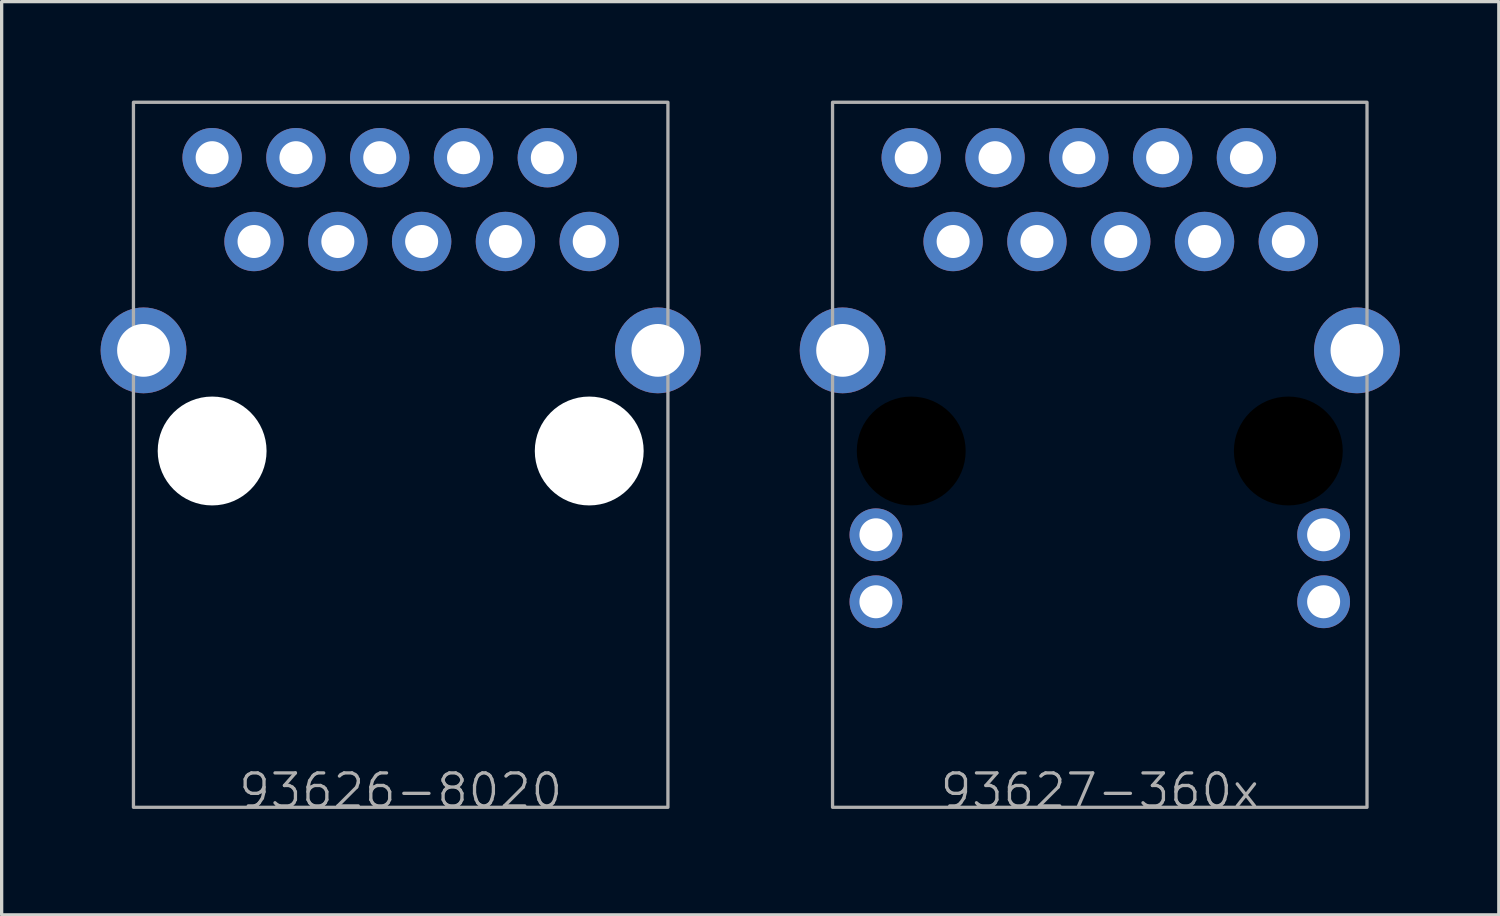
<source format=kicad_pcb>
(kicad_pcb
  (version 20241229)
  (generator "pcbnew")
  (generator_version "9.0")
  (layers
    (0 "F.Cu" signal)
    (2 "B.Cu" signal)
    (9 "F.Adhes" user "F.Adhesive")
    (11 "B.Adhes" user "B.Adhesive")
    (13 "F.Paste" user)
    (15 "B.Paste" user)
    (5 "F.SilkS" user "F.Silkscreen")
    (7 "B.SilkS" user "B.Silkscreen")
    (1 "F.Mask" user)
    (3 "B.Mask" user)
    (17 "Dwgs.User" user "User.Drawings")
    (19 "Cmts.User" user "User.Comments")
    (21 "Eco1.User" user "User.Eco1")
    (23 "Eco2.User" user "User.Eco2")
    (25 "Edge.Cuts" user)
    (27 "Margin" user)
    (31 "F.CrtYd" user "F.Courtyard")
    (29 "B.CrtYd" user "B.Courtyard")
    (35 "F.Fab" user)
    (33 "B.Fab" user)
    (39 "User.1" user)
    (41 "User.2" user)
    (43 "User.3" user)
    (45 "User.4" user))
  (footprint "93626-8020"
    (layer "F.Cu")
    (at 9.095 21.42)
    (property "Reference" "93626-8020" (at 0 -0.5 0) (unlocked yes) (layer "F.Fab") (effects (font (size 1 1) (thickness 0.1))))
    (attr through_hole)
    (fp_rect (start -8.1 0) (end 8.1 -21.37) (stroke (width 0.1) (type default)) (fill no) (layer "F.Fab"))
    (pad "" np_thru_hole circle (at -5.715 -10.8) (size 3.3 3.3) (drill 3.3) (layers "*.Cu" "*.Mask"))
    (pad "" np_thru_hole circle (at 5.715 -10.8) (size 3.3 3.3) (drill 3.3) (layers "*.Cu" "*.Mask"))
    (pad "1" thru_hole circle (at -5.715 -19.69) (size 1.8 1.8) (drill 1) (layers "*.Cu" "*.Mask"))
    (pad "2" thru_hole circle (at -4.445 -17.15) (size 1.8 1.8) (drill 1) (layers "*.Cu" "*.Mask"))
    (pad "3" thru_hole circle (at -3.175 -19.69) (size 1.8 1.8) (drill 1) (layers "*.Cu" "*.Mask"))
    (pad "4" thru_hole circle (at -1.905 -17.15) (size 1.8 1.8) (drill 1) (layers "*.Cu" "*.Mask"))
    (pad "5" thru_hole circle (at -0.635 -19.69) (size 1.8 1.8) (drill 1) (layers "*.Cu" "*.Mask"))
    (pad "6" thru_hole circle (at 0.635 -17.15) (size 1.8 1.8) (drill 1) (layers "*.Cu" "*.Mask"))
    (pad "7" thru_hole circle (at 1.905 -19.69) (size 1.8 1.8) (drill 1) (layers "*.Cu" "*.Mask"))
    (pad "8" thru_hole circle (at 3.175 -17.15) (size 1.8 1.8) (drill 1) (layers "*.Cu" "*.Mask"))
    (pad "9" thru_hole circle (at 4.445 -19.69) (size 1.8 1.8) (drill 1) (layers "*.Cu" "*.Mask"))
    (pad "10" thru_hole circle (at 5.715 -17.15) (size 1.8 1.8) (drill 1) (layers "*.Cu" "*.Mask"))
    (pad "11" thru_hole circle (at -7.795 -13.85) (size 2.6 2.6) (drill 1.6) (layers "*.Cu" "*.Mask"))
    (pad "11" thru_hole circle (at 7.795 -13.85) (size 2.6 2.6) (drill 1.6) (layers "*.Cu" "*.Mask")))
  (footprint "93627-360x"
    (layer "F.Cu")
    (at 30.285 21.42)
    (property "Reference" "93627-360x" (at 0 -0.5 0) (unlocked yes) (layer "F.Fab") (effects (font (size 1 1) (thickness 0.1))))
    (attr through_hole)
    (fp_rect (start -8.1 0) (end 8.1 -21.37) (stroke (width 0.1) (type default)) (fill no) (layer "F.Fab"))
    (pad "" np_thru_hole circle (at -5.715 -10.8) (size 3.3 3.3) (drill 3.3) (layers "*.Mask"))
    (pad "" np_thru_hole circle (at 5.715 -10.8) (size 3.3 3.3) (drill 3.3) (layers "*.Mask"))
    (pad "1" thru_hole circle (at -5.715 -19.69) (size 1.8 1.8) (drill 1) (layers "*.Cu" "*.Mask"))
    (pad "2" thru_hole circle (at -4.445 -17.15) (size 1.8 1.8) (drill 1) (layers "*.Cu" "*.Mask"))
    (pad "3" thru_hole circle (at -3.175 -19.69) (size 1.8 1.8) (drill 1) (layers "*.Cu" "*.Mask"))
    (pad "4" thru_hole circle (at -1.905 -17.15) (size 1.8 1.8) (drill 1) (layers "*.Cu" "*.Mask"))
    (pad "5" thru_hole circle (at -0.635 -19.69) (size 1.8 1.8) (drill 1) (layers "*.Cu" "*.Mask"))
    (pad "6" thru_hole circle (at 0.635 -17.15) (size 1.8 1.8) (drill 1) (layers "*.Cu" "*.Mask"))
    (pad "7" thru_hole circle (at 1.905 -19.69) (size 1.8 1.8) (drill 1) (layers "*.Cu" "*.Mask"))
    (pad "8" thru_hole circle (at 3.175 -17.15) (size 1.8 1.8) (drill 1) (layers "*.Cu" "*.Mask"))
    (pad "9" thru_hole circle (at 4.445 -19.69) (size 1.8 1.8) (drill 1) (layers "*.Cu" "*.Mask"))
    (pad "10" thru_hole circle (at 5.715 -17.15) (size 1.8 1.8) (drill 1) (layers "*.Cu" "*.Mask"))
    (pad "11" thru_hole circle (at -6.785 -6.23) (size 1.6 1.6) (drill 1) (layers "*.Cu" "*.Mask"))
    (pad "12" thru_hole circle (at -6.785 -8.26) (size 1.6 1.6) (drill 1) (layers "*.Cu" "*.Mask"))
    (pad "13" thru_hole circle (at 6.785 -6.23) (size 1.6 1.6) (drill 1) (layers "*.Cu" "*.Mask"))
    (pad "14" thru_hole circle (at 6.785 -8.26) (size 1.6 1.6) (drill 1) (layers "*.Cu" "*.Mask"))
    (pad "15" thru_hole circle (at -7.795 -13.85) (size 2.6 2.6) (drill 1.6) (layers "*.Cu" "*.Mask"))
    (pad "15" thru_hole circle (at 7.795 -13.85) (size 2.6 2.6) (drill 1.6) (layers "*.Cu" "*.Mask")))
  (gr_rect
    (start -3 -3)
    (end 42.38 24.68)
    (stroke (width 0.1) (type default))
    (fill no)
    (layer "Edge.Cuts")))
</source>
